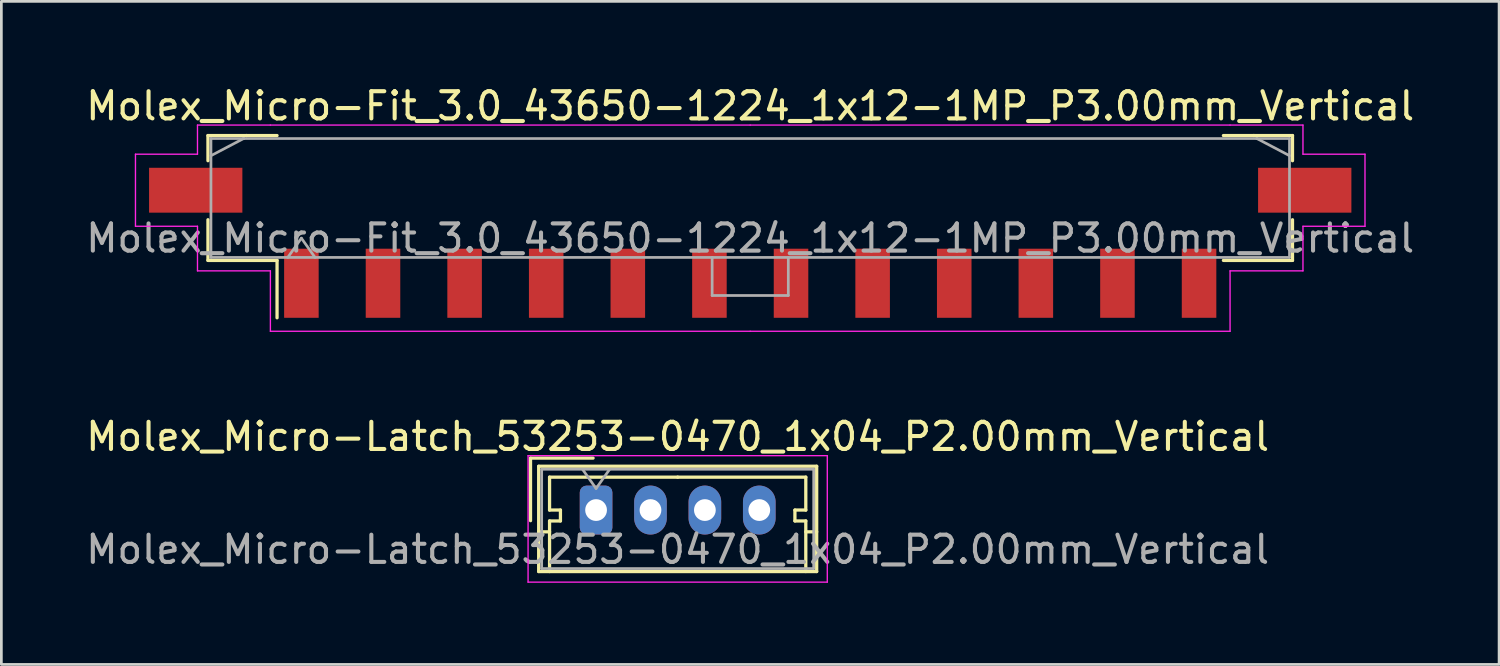
<source format=kicad_pcb>
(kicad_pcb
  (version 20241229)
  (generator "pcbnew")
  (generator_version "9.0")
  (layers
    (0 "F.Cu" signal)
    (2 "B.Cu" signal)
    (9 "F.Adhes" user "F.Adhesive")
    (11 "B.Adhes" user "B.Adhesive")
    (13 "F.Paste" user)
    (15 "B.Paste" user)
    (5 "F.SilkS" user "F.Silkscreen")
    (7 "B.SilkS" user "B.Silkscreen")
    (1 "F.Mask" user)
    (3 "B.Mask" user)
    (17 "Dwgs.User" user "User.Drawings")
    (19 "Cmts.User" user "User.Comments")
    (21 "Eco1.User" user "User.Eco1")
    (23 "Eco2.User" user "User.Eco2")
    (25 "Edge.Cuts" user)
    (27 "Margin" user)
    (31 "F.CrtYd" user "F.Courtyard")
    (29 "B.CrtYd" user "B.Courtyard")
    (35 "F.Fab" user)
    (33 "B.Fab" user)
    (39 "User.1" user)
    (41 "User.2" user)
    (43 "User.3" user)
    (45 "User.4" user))
  (footprint "Molex_Micro-Latch_53253-0470_1x04_P2.00mm_Vertical"
    (layer "F.Cu")
    (at 18.863 15.701)
    (property "Reference" "Molex_Micro-Latch_53253-0470_1x04_P2.00mm_Vertical" (at 3 -2.7 0) (layer "F.SilkS") (effects (font (size 1 1) (thickness 0.15))))
    (attr through_hole)
    (fp_line (start -2.41 -1.91) (end -2.41 0.39) (stroke (width 0.12) (type solid)) (layer "F.SilkS"))
    (fp_line (start -2.11 -1.61) (end -2.11 2.26) (stroke (width 0.12) (type solid)) (layer "F.SilkS"))
    (fp_line (start -2.11 0.8) (end -1.71 0.8) (stroke (width 0.12) (type solid)) (layer "F.SilkS"))
    (fp_line (start -2.11 2.26) (end 8.11 2.26) (stroke (width 0.12) (type solid)) (layer "F.SilkS"))
    (fp_line (start -1.71 -1.21) (end -1.71 0) (stroke (width 0.12) (type solid)) (layer "F.SilkS"))
    (fp_line (start -1.71 0) (end -1.31 0) (stroke (width 0.12) (type solid)) (layer "F.SilkS"))
    (fp_line (start -1.71 0.4) (end -1.71 2.26) (stroke (width 0.12) (type solid)) (layer "F.SilkS"))
    (fp_line (start -1.31 0) (end -1.31 0.4) (stroke (width 0.12) (type solid)) (layer "F.SilkS"))
    (fp_line (start -1.31 0.4) (end -1.71 0.4) (stroke (width 0.12) (type solid)) (layer "F.SilkS"))
    (fp_line (start -0.11 -1.91) (end -2.41 -1.91) (stroke (width 0.12) (type solid)) (layer "F.SilkS"))
    (fp_line (start 3 -1.21) (end -1.71 -1.21) (stroke (width 0.12) (type solid)) (layer "F.SilkS"))
    (fp_line (start 3 -1.21) (end 7.71 -1.21) (stroke (width 0.12) (type solid)) (layer "F.SilkS"))
    (fp_line (start 7.31 0) (end 7.31 0.4) (stroke (width 0.12) (type solid)) (layer "F.SilkS"))
    (fp_line (start 7.31 0.4) (end 7.71 0.4) (stroke (width 0.12) (type solid)) (layer "F.SilkS"))
    (fp_line (start 7.71 -1.21) (end 7.71 0) (stroke (width 0.12) (type solid)) (layer "F.SilkS"))
    (fp_line (start 7.71 0) (end 7.31 0) (stroke (width 0.12) (type solid)) (layer "F.SilkS"))
    (fp_line (start 7.71 0.4) (end 7.71 2.26) (stroke (width 0.12) (type solid)) (layer "F.SilkS"))
    (fp_line (start 8.11 -1.61) (end -2.11 -1.61) (stroke (width 0.12) (type solid)) (layer "F.SilkS"))
    (fp_line (start 8.11 0.8) (end 7.71 0.8) (stroke (width 0.12) (type solid)) (layer "F.SilkS"))
    (fp_line (start 8.11 2.26) (end 8.11 -1.61) (stroke (width 0.12) (type solid)) (layer "F.SilkS"))
    (fp_line (start -2.5 -2) (end -2.5 2.65) (stroke (width 0.05) (type solid)) (layer "F.CrtYd"))
    (fp_line (start -2.5 2.65) (end 8.5 2.65) (stroke (width 0.05) (type solid)) (layer "F.CrtYd"))
    (fp_line (start 8.5 -2) (end -2.5 -2) (stroke (width 0.05) (type solid)) (layer "F.CrtYd"))
    (fp_line (start 8.5 2.65) (end 8.5 -2) (stroke (width 0.05) (type solid)) (layer "F.CrtYd"))
    (fp_line (start -2 -1.5) (end -2 2.15) (stroke (width 0.1) (type solid)) (layer "F.Fab"))
    (fp_line (start -2 2.15) (end 8 2.15) (stroke (width 0.1) (type solid)) (layer "F.Fab"))
    (fp_line (start -0.5 -1.5) (end 0 -0.793) (stroke (width 0.1) (type solid)) (layer "F.Fab"))
    (fp_line (start 0 -0.793) (end 0.5 -1.5) (stroke (width 0.1) (type solid)) (layer "F.Fab"))
    (fp_line (start 8 -1.5) (end -2 -1.5) (stroke (width 0.1) (type solid)) (layer "F.Fab"))
    (fp_line (start 8 2.15) (end 8 -1.5) (stroke (width 0.1) (type solid)) (layer "F.Fab"))
    (fp_text user "${REFERENCE}" (at 3 1.45 0) (layer "F.Fab") (effects (font (size 1 1) (thickness 0.15))))
    (pad "1" thru_hole roundrect (at 0 0) (size 1.2 1.8) (drill 0.8) (layers "*.Cu" "*.Mask") (roundrect_rratio 0.208))
    (pad "2" thru_hole oval (at 2 0) (size 1.2 1.8) (drill 0.8) (layers "*.Cu" "*.Mask"))
    (pad "3" thru_hole oval (at 4 0) (size 1.2 1.8) (drill 0.8) (layers "*.Cu" "*.Mask"))
    (pad "4" thru_hole oval (at 6 0) (size 1.2 1.8) (drill 0.8) (layers "*.Cu" "*.Mask")))
  (footprint "Molex_Micro-Fit_3.0_43650-1224_1x12-1MP_P3.00mm_Vertical"
    (layer "F.Cu")
    (at 24.53 4.228)
    (property "Reference" "Molex_Micro-Fit_3.0_43650-1224_1x12-1MP_P3.00mm_Vertical" (at 0 -3.38 0) (layer "F.SilkS") (effects (font (size 1 1) (thickness 0.15))))
    (attr smd)
    (fp_line (start -19.935 -2.295) (end -18.515 -2.295) (stroke (width 0.12) (type solid)) (layer "F.SilkS"))
    (fp_line (start -19.935 -1.37) (end -19.935 -2.295) (stroke (width 0.12) (type solid)) (layer "F.SilkS"))
    (fp_line (start -19.935 0.8) (end -19.935 2.295) (stroke (width 0.12) (type solid)) (layer "F.SilkS"))
    (fp_line (start -19.935 2.295) (end -17.395 2.295) (stroke (width 0.12) (type solid)) (layer "F.SilkS"))
    (fp_line (start -18.515 -2.295) (end -18.515 -2.295) (stroke (width 0.12) (type solid)) (layer "F.SilkS"))
    (fp_line (start -18.515 -2.295) (end -17.395 -2.295) (stroke (width 0.12) (type solid)) (layer "F.SilkS"))
    (fp_line (start -17.395 2.295) (end -17.395 4.405) (stroke (width 0.12) (type solid)) (layer "F.SilkS"))
    (fp_line (start 18.515 -2.295) (end 17.395 -2.295) (stroke (width 0.12) (type solid)) (layer "F.SilkS"))
    (fp_line (start 18.515 -2.295) (end 18.515 -2.295) (stroke (width 0.12) (type solid)) (layer "F.SilkS"))
    (fp_line (start 19.935 -2.295) (end 18.515 -2.295) (stroke (width 0.12) (type solid)) (layer "F.SilkS"))
    (fp_line (start 19.935 -1.37) (end 19.935 -2.295) (stroke (width 0.12) (type solid)) (layer "F.SilkS"))
    (fp_line (start 19.935 0.8) (end 19.935 2.295) (stroke (width 0.12) (type solid)) (layer "F.SilkS"))
    (fp_line (start 19.935 2.295) (end 17.395 2.295) (stroke (width 0.12) (type solid)) (layer "F.SilkS"))
    (fp_line (start -22.6 -1.61) (end -22.6 1.04) (stroke (width 0.05) (type solid)) (layer "F.CrtYd"))
    (fp_line (start -22.6 1.04) (end -20.32 1.04) (stroke (width 0.05) (type solid)) (layer "F.CrtYd"))
    (fp_line (start -20.32 -2.68) (end -20.32 -1.61) (stroke (width 0.05) (type solid)) (layer "F.CrtYd"))
    (fp_line (start -20.32 -1.61) (end -22.6 -1.61) (stroke (width 0.05) (type solid)) (layer "F.CrtYd"))
    (fp_line (start -20.32 1.04) (end -20.32 2.68) (stroke (width 0.05) (type solid)) (layer "F.CrtYd"))
    (fp_line (start -20.32 2.68) (end -17.64 2.68) (stroke (width 0.05) (type solid)) (layer "F.CrtYd"))
    (fp_line (start -17.64 -2.68) (end -20.32 -2.68) (stroke (width 0.05) (type solid)) (layer "F.CrtYd"))
    (fp_line (start -17.64 2.68) (end -17.64 4.9) (stroke (width 0.05) (type solid)) (layer "F.CrtYd"))
    (fp_line (start -17.64 4.9) (end 0 4.9) (stroke (width 0.05) (type solid)) (layer "F.CrtYd"))
    (fp_line (start 0 -2.68) (end -17.64 -2.68) (stroke (width 0.05) (type solid)) (layer "F.CrtYd"))
    (fp_line (start 0 -2.68) (end 17.64 -2.68) (stroke (width 0.05) (type solid)) (layer "F.CrtYd"))
    (fp_line (start 17.64 -2.68) (end 20.32 -2.68) (stroke (width 0.05) (type solid)) (layer "F.CrtYd"))
    (fp_line (start 17.64 2.68) (end 17.64 4.9) (stroke (width 0.05) (type solid)) (layer "F.CrtYd"))
    (fp_line (start 17.64 4.9) (end 0 4.9) (stroke (width 0.05) (type solid)) (layer "F.CrtYd"))
    (fp_line (start 20.32 -2.68) (end 20.32 -1.61) (stroke (width 0.05) (type solid)) (layer "F.CrtYd"))
    (fp_line (start 20.32 -1.61) (end 22.6 -1.61) (stroke (width 0.05) (type solid)) (layer "F.CrtYd"))
    (fp_line (start 20.32 1.04) (end 20.32 2.68) (stroke (width 0.05) (type solid)) (layer "F.CrtYd"))
    (fp_line (start 20.32 2.68) (end 17.64 2.68) (stroke (width 0.05) (type solid)) (layer "F.CrtYd"))
    (fp_line (start 22.6 -1.61) (end 22.6 1.04) (stroke (width 0.05) (type solid)) (layer "F.CrtYd"))
    (fp_line (start 22.6 1.04) (end 20.32 1.04) (stroke (width 0.05) (type solid)) (layer "F.CrtYd"))
    (fp_line (start -19.825 -2.185) (end -19.825 2.185) (stroke (width 0.1) (type solid)) (layer "F.Fab"))
    (fp_line (start -19.825 -1.555) (end -18.625 -2.185) (stroke (width 0.1) (type solid)) (layer "F.Fab"))
    (fp_line (start -19.825 2.185) (end 19.825 2.185) (stroke (width 0.1) (type solid)) (layer "F.Fab"))
    (fp_line (start -18.625 -2.185) (end -19.825 -2.185) (stroke (width 0.1) (type solid)) (layer "F.Fab"))
    (fp_line (start -18.625 -2.185) (end -18.625 -2.185) (stroke (width 0.1) (type solid)) (layer "F.Fab"))
    (fp_line (start -17 2.185) (end -16.5 1.478) (stroke (width 0.1) (type solid)) (layer "F.Fab"))
    (fp_line (start -16.5 1.478) (end -16 2.185) (stroke (width 0.1) (type solid)) (layer "F.Fab"))
    (fp_line (start -1.4 2.185) (end -1.4 3.585) (stroke (width 0.1) (type solid)) (layer "F.Fab"))
    (fp_line (start -1.4 3.585) (end 1.4 3.585) (stroke (width 0.1) (type solid)) (layer "F.Fab"))
    (fp_line (start 1.4 3.585) (end 1.4 2.185) (stroke (width 0.1) (type solid)) (layer "F.Fab"))
    (fp_line (start 18.625 -2.185) (end -18.625 -2.185) (stroke (width 0.1) (type solid)) (layer "F.Fab"))
    (fp_line (start 18.625 -2.185) (end 18.625 -2.185) (stroke (width 0.1) (type solid)) (layer "F.Fab"))
    (fp_line (start 19.825 -2.185) (end 18.625 -2.185) (stroke (width 0.1) (type solid)) (layer "F.Fab"))
    (fp_line (start 19.825 -1.555) (end 18.625 -2.185) (stroke (width 0.1) (type solid)) (layer "F.Fab"))
    (fp_line (start 19.825 2.185) (end 19.825 -2.185) (stroke (width 0.1) (type solid)) (layer "F.Fab"))
    (fp_text user "${REFERENCE}" (at 0 1.48 0) (layer "F.Fab") (effects (font (size 1 1) (thickness 0.15))))
    (pad "1" smd rect (at -16.5 3.135) (size 1.27 2.54) (layers "F.Cu" "F.Mask" "F.Paste"))
    (pad "2" smd rect (at -13.5 3.135) (size 1.27 2.54) (layers "F.Cu" "F.Mask" "F.Paste"))
    (pad "3" smd rect (at -10.5 3.135) (size 1.27 2.54) (layers "F.Cu" "F.Mask" "F.Paste"))
    (pad "4" smd rect (at -7.5 3.135) (size 1.27 2.54) (layers "F.Cu" "F.Mask" "F.Paste"))
    (pad "5" smd rect (at -4.5 3.135) (size 1.27 2.54) (layers "F.Cu" "F.Mask" "F.Paste"))
    (pad "6" smd rect (at -1.5 3.135) (size 1.27 2.54) (layers "F.Cu" "F.Mask" "F.Paste"))
    (pad "7" smd rect (at 1.5 3.135) (size 1.27 2.54) (layers "F.Cu" "F.Mask" "F.Paste"))
    (pad "8" smd rect (at 4.5 3.135) (size 1.27 2.54) (layers "F.Cu" "F.Mask" "F.Paste"))
    (pad "9" smd rect (at 7.5 3.135) (size 1.27 2.54) (layers "F.Cu" "F.Mask" "F.Paste"))
    (pad "10" smd rect (at 10.5 3.135) (size 1.27 2.54) (layers "F.Cu" "F.Mask" "F.Paste"))
    (pad "11" smd rect (at 13.5 3.135) (size 1.27 2.54) (layers "F.Cu" "F.Mask" "F.Paste"))
    (pad "12" smd rect (at 16.5 3.135) (size 1.27 2.54) (layers "F.Cu" "F.Mask" "F.Paste"))
    (pad "MP" smd rect (at -20.385 -0.285) (size 3.43 1.65) (layers "F.Cu" "F.Mask" "F.Paste"))
    (pad "MP" smd rect (at 20.385 -0.285) (size 3.43 1.65) (layers "F.Cu" "F.Mask" "F.Paste")))
  (gr_rect
    (start -3 -3)
    (end 52.06 21.377)
    (stroke (width 0.1) (type default))
    (fill no)
    (layer "Edge.Cuts")))
</source>
